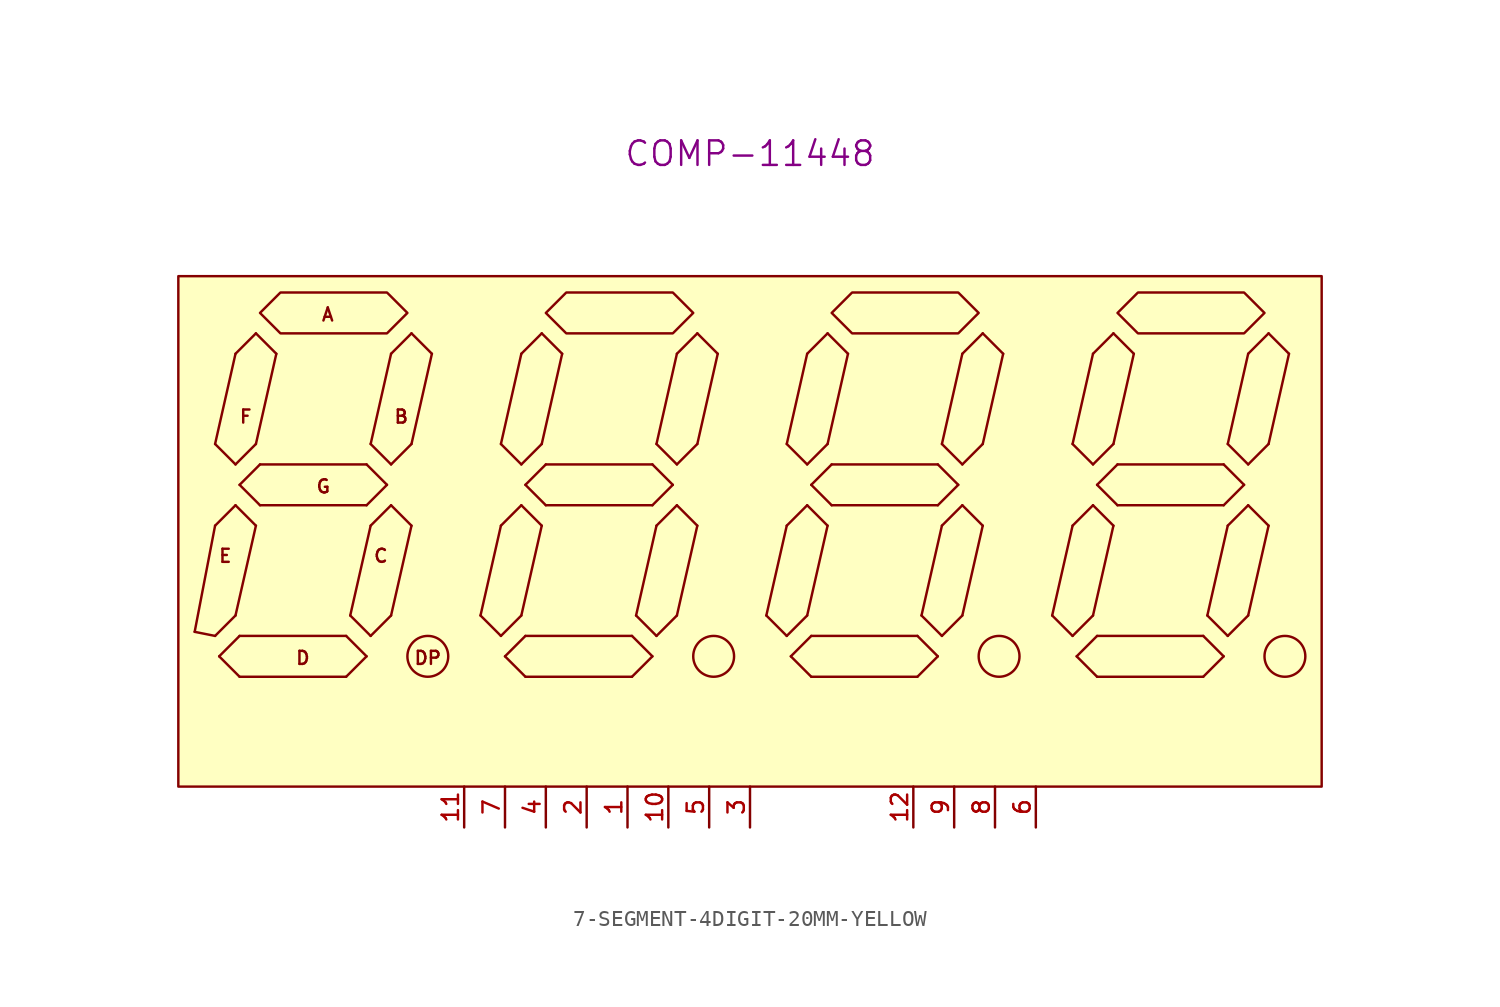
<source format=kicad_sym>
(kicad_symbol_lib
  (version 20220914)
  (generator kicad_symbol_editor)
  (symbol "7-SEGMENT-4DIGIT-20MM-YELLOW"
    (pin_names
      (offset 1.016) hide)
    (property "Reference" "DISP"
      (at 0 20.32 0)
      (effects (font (size 1.143 1.143)) hide))
    (property "Field4" "COMP-11448"
      (at 0 24.13 0)
      (effects (font (size 1.524 1.524))))
    (property "ki_locked" ""
      (at 0 0 0)
      (effects (font (size 1.27 1.27))))
    (symbol "7-SEGMENT-4DIGIT-20MM-YELLOW_1_0"
      (polyline (pts (xy -34.544 -5.613) (xy -33.274 -5.867)) (stroke (width 0) (type solid)) (fill (type none)))
      (polyline (pts (xy -33.274 -5.867) (xy -32.004 -4.597)) (stroke (width 0) (type solid)) (fill (type none)))
      (polyline (pts (xy -33.274 0.991) (xy -34.544 -5.613)) (stroke (width 0) (type solid)) (fill (type none)))
      (polyline (pts (xy -33.274 6.071) (xy -32.004 4.801)) (stroke (width 0) (type solid)) (fill (type none)))
      (polyline (pts (xy -33.02 -7.137) (xy -31.75 -8.407)) (stroke (width 0) (type solid)) (fill (type none)))
      (polyline (pts (xy -33.02 -7.137) (xy -31.75 -5.867)) (stroke (width 0) (type solid)) (fill (type none)))
      (polyline (pts (xy -32.004 -4.597) (xy -30.734 0.991)) (stroke (width 0) (type solid)) (fill (type none)))
      (polyline (pts (xy -32.004 2.261) (xy -33.274 0.991)) (stroke (width 0) (type solid)) (fill (type none)))
      (polyline (pts (xy -32.004 2.261) (xy -30.734 0.991)) (stroke (width 0) (type solid)) (fill (type none)))
      (polyline (pts (xy -32.004 4.801) (xy -30.734 6.071)) (stroke (width 0) (type solid)) (fill (type none)))
      (polyline (pts (xy -32.004 11.684) (xy -33.274 6.071)) (stroke (width 0) (type solid)) (fill (type none)))
      (polyline (pts (xy -31.75 -8.407) (xy -25.121 -8.407)) (stroke (width 0) (type solid)) (fill (type none)))
      (polyline (pts (xy -31.75 3.531) (xy -30.48 2.261)) (stroke (width 0) (type solid)) (fill (type none)))
      (polyline (pts (xy -31.75 3.531) (xy -30.48 4.801)) (stroke (width 0) (type solid)) (fill (type none)))
      (polyline (pts (xy -30.734 6.071) (xy -29.464 11.684)) (stroke (width 0) (type solid)) (fill (type none)))
      (polyline (pts (xy -30.734 12.954) (xy -32.004 11.684)) (stroke (width 0) (type solid)) (fill (type none)))
      (polyline (pts (xy -30.734 12.954) (xy -29.464 11.684)) (stroke (width 0) (type solid)) (fill (type none)))
      (polyline (pts (xy -30.48 2.261) (xy -23.851 2.261)) (stroke (width 0) (type solid)) (fill (type none)))
      (polyline (pts (xy -25.121 -8.407) (xy -23.851 -7.137)) (stroke (width 0) (type solid)) (fill (type none)))
      (polyline (pts (xy -25.121 -5.867) (xy -31.75 -5.867)) (stroke (width 0) (type solid)) (fill (type none)))
      (polyline (pts (xy -24.867 -4.597) (xy -23.597 -5.867)) (stroke (width 0) (type solid)) (fill (type none)))
      (polyline (pts (xy -23.851 -7.137) (xy -25.121 -5.867)) (stroke (width 0) (type solid)) (fill (type none)))
      (polyline (pts (xy -23.851 2.261) (xy -22.581 3.531)) (stroke (width 0) (type solid)) (fill (type none)))
      (polyline (pts (xy -23.851 4.801) (xy -30.48 4.801)) (stroke (width 0) (type solid)) (fill (type none)))
      (polyline (pts (xy -23.597 -5.867) (xy -22.327 -4.597)) (stroke (width 0) (type solid)) (fill (type none)))
      (polyline (pts (xy -23.597 0.991) (xy -24.867 -4.597)) (stroke (width 0) (type solid)) (fill (type none)))
      (polyline (pts (xy -23.597 6.071) (xy -22.327 4.801)) (stroke (width 0) (type solid)) (fill (type none)))
      (polyline (pts (xy -22.581 3.531) (xy -23.851 4.801)) (stroke (width 0) (type solid)) (fill (type none)))
      (polyline (pts (xy -22.327 -4.597) (xy -21.057 0.991)) (stroke (width 0) (type solid)) (fill (type none)))
      (polyline (pts (xy -22.327 2.261) (xy -23.597 0.991)) (stroke (width 0) (type solid)) (fill (type none)))
      (polyline (pts (xy -22.327 2.261) (xy -21.057 0.991)) (stroke (width 0) (type solid)) (fill (type none)))
      (polyline (pts (xy -22.327 4.801) (xy -21.057 6.071)) (stroke (width 0) (type solid)) (fill (type none)))
      (polyline (pts (xy -22.327 11.684) (xy -23.597 6.071)) (stroke (width 0) (type solid)) (fill (type none)))
      (polyline (pts (xy -21.057 6.071) (xy -19.787 11.684)) (stroke (width 0) (type solid)) (fill (type none)))
      (polyline (pts (xy -21.057 12.954) (xy -22.327 11.684)) (stroke (width 0) (type solid)) (fill (type none)))
      (polyline (pts (xy -21.057 12.954) (xy -19.787 11.684)) (stroke (width 0) (type solid)) (fill (type none)))
      (polyline (pts (xy -16.764 -4.597) (xy -15.494 -5.867)) (stroke (width 0) (type solid)) (fill (type none)))
      (polyline (pts (xy -15.494 -5.867) (xy -14.224 -4.597)) (stroke (width 0) (type solid)) (fill (type none)))
      (polyline (pts (xy -15.494 0.991) (xy -16.764 -4.597)) (stroke (width 0) (type solid)) (fill (type none)))
      (polyline (pts (xy -15.494 6.071) (xy -14.224 4.801)) (stroke (width 0) (type solid)) (fill (type none)))
      (polyline (pts (xy -15.24 -7.137) (xy -13.97 -8.407)) (stroke (width 0) (type solid)) (fill (type none)))
      (polyline (pts (xy -15.24 -7.137) (xy -13.97 -5.867)) (stroke (width 0) (type solid)) (fill (type none)))
      (polyline (pts (xy -14.224 -4.597) (xy -12.954 0.991)) (stroke (width 0) (type solid)) (fill (type none)))
      (polyline (pts (xy -14.224 2.261) (xy -15.494 0.991)) (stroke (width 0) (type solid)) (fill (type none)))
      (polyline (pts (xy -14.224 2.261) (xy -12.954 0.991)) (stroke (width 0) (type solid)) (fill (type none)))
      (polyline (pts (xy -14.224 4.801) (xy -12.954 6.071)) (stroke (width 0) (type solid)) (fill (type none)))
      (polyline (pts (xy -14.224 11.684) (xy -15.494 6.071)) (stroke (width 0) (type solid)) (fill (type none)))
      (polyline (pts (xy -13.97 -8.407) (xy -7.341 -8.407)) (stroke (width 0) (type solid)) (fill (type none)))
      (polyline (pts (xy -13.97 3.531) (xy -12.7 2.261)) (stroke (width 0) (type solid)) (fill (type none)))
      (polyline (pts (xy -13.97 3.531) (xy -12.7 4.801)) (stroke (width 0) (type solid)) (fill (type none)))
      (polyline (pts (xy -12.954 6.071) (xy -11.684 11.684)) (stroke (width 0) (type solid)) (fill (type none)))
      (polyline (pts (xy -12.954 12.954) (xy -14.224 11.684)) (stroke (width 0) (type solid)) (fill (type none)))
      (polyline (pts (xy -12.954 12.954) (xy -11.684 11.684)) (stroke (width 0) (type solid)) (fill (type none)))
      (polyline (pts (xy -12.7 2.261) (xy -6.071 2.261)) (stroke (width 0) (type solid)) (fill (type none)))
      (polyline (pts (xy -7.341 -8.407) (xy -6.071 -7.137)) (stroke (width 0) (type solid)) (fill (type none)))
      (polyline (pts (xy -7.341 -5.867) (xy -13.97 -5.867)) (stroke (width 0) (type solid)) (fill (type none)))
      (polyline (pts (xy -7.087 -4.597) (xy -5.817 -5.867)) (stroke (width 0) (type solid)) (fill (type none)))
      (polyline (pts (xy -6.071 -7.137) (xy -7.341 -5.867)) (stroke (width 0) (type solid)) (fill (type none)))
      (polyline (pts (xy -6.071 2.261) (xy -4.801 3.531)) (stroke (width 0) (type solid)) (fill (type none)))
      (polyline (pts (xy -6.071 4.801) (xy -12.7 4.801)) (stroke (width 0) (type solid)) (fill (type none)))
      (polyline (pts (xy -5.817 -5.867) (xy -4.547 -4.597)) (stroke (width 0) (type solid)) (fill (type none)))
      (polyline (pts (xy -5.817 0.991) (xy -7.087 -4.597)) (stroke (width 0) (type solid)) (fill (type none)))
      (polyline (pts (xy -5.817 6.071) (xy -4.547 4.801)) (stroke (width 0) (type solid)) (fill (type none)))
      (polyline (pts (xy -4.801 3.531) (xy -6.071 4.801)) (stroke (width 0) (type solid)) (fill (type none)))
      (polyline (pts (xy -4.547 -4.597) (xy -3.277 0.991)) (stroke (width 0) (type solid)) (fill (type none)))
      (polyline (pts (xy -4.547 2.261) (xy -5.817 0.991)) (stroke (width 0) (type solid)) (fill (type none)))
      (polyline (pts (xy -4.547 2.261) (xy -3.277 0.991)) (stroke (width 0) (type solid)) (fill (type none)))
      (polyline (pts (xy -4.547 4.801) (xy -3.277 6.071)) (stroke (width 0) (type solid)) (fill (type none)))
      (polyline (pts (xy -4.547 11.684) (xy -5.817 6.071)) (stroke (width 0) (type solid)) (fill (type none)))
      (polyline (pts (xy -3.277 6.071) (xy -2.007 11.684)) (stroke (width 0) (type solid)) (fill (type none)))
      (polyline (pts (xy -3.277 12.954) (xy -4.547 11.684)) (stroke (width 0) (type solid)) (fill (type none)))
      (polyline (pts (xy -3.277 12.954) (xy -2.007 11.684)) (stroke (width 0) (type solid)) (fill (type none)))
      (polyline (pts (xy 1.016 -4.597) (xy 2.286 -5.867)) (stroke (width 0) (type solid)) (fill (type none)))
      (polyline (pts (xy 2.286 -5.867) (xy 3.556 -4.597)) (stroke (width 0) (type solid)) (fill (type none)))
      (polyline (pts (xy 2.286 0.991) (xy 1.016 -4.597)) (stroke (width 0) (type solid)) (fill (type none)))
      (polyline (pts (xy 2.286 6.071) (xy 3.556 4.801)) (stroke (width 0) (type solid)) (fill (type none)))
      (polyline (pts (xy 2.54 -7.137) (xy 3.81 -8.407)) (stroke (width 0) (type solid)) (fill (type none)))
      (polyline (pts (xy 2.54 -7.137) (xy 3.81 -5.867)) (stroke (width 0) (type solid)) (fill (type none)))
      (polyline (pts (xy 3.556 -4.597) (xy 4.826 0.991)) (stroke (width 0) (type solid)) (fill (type none)))
      (polyline (pts (xy 3.556 2.261) (xy 2.286 0.991)) (stroke (width 0) (type solid)) (fill (type none)))
      (polyline (pts (xy 3.556 2.261) (xy 4.826 0.991)) (stroke (width 0) (type solid)) (fill (type none)))
      (polyline (pts (xy 3.556 4.801) (xy 4.826 6.071)) (stroke (width 0) (type solid)) (fill (type none)))
      (polyline (pts (xy 3.556 11.684) (xy 2.286 6.071)) (stroke (width 0) (type solid)) (fill (type none)))
      (polyline (pts (xy 3.81 -8.407) (xy 10.414 -8.407)) (stroke (width 0) (type solid)) (fill (type none)))
      (polyline (pts (xy 3.81 3.531) (xy 5.08 2.261)) (stroke (width 0) (type solid)) (fill (type none)))
      (polyline (pts (xy 3.81 3.531) (xy 5.08 4.801)) (stroke (width 0) (type solid)) (fill (type none)))
      (polyline (pts (xy 4.826 6.071) (xy 6.096 11.684)) (stroke (width 0) (type solid)) (fill (type none)))
      (polyline (pts (xy 4.826 12.954) (xy 3.556 11.684)) (stroke (width 0) (type solid)) (fill (type none)))
      (polyline (pts (xy 4.826 12.954) (xy 6.096 11.684)) (stroke (width 0) (type solid)) (fill (type none)))
      (polyline (pts (xy 5.08 2.261) (xy 11.684 2.261)) (stroke (width 0) (type solid)) (fill (type none)))
      (polyline (pts (xy 10.414 -8.407) (xy 11.684 -7.137)) (stroke (width 0) (type solid)) (fill (type none)))
      (polyline (pts (xy 10.414 -5.867) (xy 3.81 -5.867)) (stroke (width 0) (type solid)) (fill (type none)))
      (polyline (pts (xy 10.668 -4.597) (xy 11.938 -5.867)) (stroke (width 0) (type solid)) (fill (type none)))
      (polyline (pts (xy 11.684 -7.137) (xy 10.414 -5.867)) (stroke (width 0) (type solid)) (fill (type none)))
      (polyline (pts (xy 11.684 2.261) (xy 12.954 3.531)) (stroke (width 0) (type solid)) (fill (type none)))
      (polyline (pts (xy 11.684 4.801) (xy 5.08 4.801)) (stroke (width 0) (type solid)) (fill (type none)))
      (polyline (pts (xy 11.938 -5.867) (xy 13.208 -4.597)) (stroke (width 0) (type solid)) (fill (type none)))
      (polyline (pts (xy 11.938 0.991) (xy 10.668 -4.597)) (stroke (width 0) (type solid)) (fill (type none)))
      (polyline (pts (xy 11.938 6.071) (xy 13.208 4.801)) (stroke (width 0) (type solid)) (fill (type none)))
      (polyline (pts (xy 12.954 3.531) (xy 11.684 4.801)) (stroke (width 0) (type solid)) (fill (type none)))
      (polyline (pts (xy 13.208 -4.597) (xy 14.478 0.991)) (stroke (width 0) (type solid)) (fill (type none)))
      (polyline (pts (xy 13.208 2.261) (xy 11.938 0.991)) (stroke (width 0) (type solid)) (fill (type none)))
      (polyline (pts (xy 13.208 2.261) (xy 14.478 0.991)) (stroke (width 0) (type solid)) (fill (type none)))
      (polyline (pts (xy 13.208 4.801) (xy 14.478 6.071)) (stroke (width 0) (type solid)) (fill (type none)))
      (polyline (pts (xy 13.208 11.684) (xy 11.938 6.071)) (stroke (width 0) (type solid)) (fill (type none)))
      (polyline (pts (xy 14.478 6.071) (xy 15.748 11.684)) (stroke (width 0) (type solid)) (fill (type none)))
      (polyline (pts (xy 14.478 12.954) (xy 13.208 11.684)) (stroke (width 0) (type solid)) (fill (type none)))
      (polyline (pts (xy 14.478 12.954) (xy 15.748 11.684)) (stroke (width 0) (type solid)) (fill (type none)))
      (polyline (pts (xy 18.796 -4.597) (xy 20.066 -5.867)) (stroke (width 0) (type solid)) (fill (type none)))
      (polyline (pts (xy 20.066 -5.867) (xy 21.336 -4.597)) (stroke (width 0) (type solid)) (fill (type none)))
      (polyline (pts (xy 20.066 0.991) (xy 18.796 -4.597)) (stroke (width 0) (type solid)) (fill (type none)))
      (polyline (pts (xy 20.066 6.071) (xy 21.336 4.801)) (stroke (width 0) (type solid)) (fill (type none)))
      (polyline (pts (xy 20.32 -7.137) (xy 21.59 -8.407)) (stroke (width 0) (type solid)) (fill (type none)))
      (polyline (pts (xy 20.32 -7.137) (xy 21.59 -5.867)) (stroke (width 0) (type solid)) (fill (type none)))
      (polyline (pts (xy 21.336 -4.597) (xy 22.606 0.991)) (stroke (width 0) (type solid)) (fill (type none)))
      (polyline (pts (xy 21.336 2.261) (xy 20.066 0.991)) (stroke (width 0) (type solid)) (fill (type none)))
      (polyline (pts (xy 21.336 2.261) (xy 22.606 0.991)) (stroke (width 0) (type solid)) (fill (type none)))
      (polyline (pts (xy 21.336 4.801) (xy 22.606 6.071)) (stroke (width 0) (type solid)) (fill (type none)))
      (polyline (pts (xy 21.336 11.684) (xy 20.066 6.071)) (stroke (width 0) (type solid)) (fill (type none)))
      (polyline (pts (xy 21.59 -8.407) (xy 28.194 -8.407)) (stroke (width 0) (type solid)) (fill (type none)))
      (polyline (pts (xy 21.59 3.531) (xy 22.86 2.261)) (stroke (width 0) (type solid)) (fill (type none)))
      (polyline (pts (xy 21.59 3.531) (xy 22.86 4.801)) (stroke (width 0) (type solid)) (fill (type none)))
      (polyline (pts (xy 22.606 6.071) (xy 23.876 11.684)) (stroke (width 0) (type solid)) (fill (type none)))
      (polyline (pts (xy 22.606 12.954) (xy 21.336 11.684)) (stroke (width 0) (type solid)) (fill (type none)))
      (polyline (pts (xy 22.606 12.954) (xy 23.876 11.684)) (stroke (width 0) (type solid)) (fill (type none)))
      (polyline (pts (xy 22.86 2.261) (xy 29.464 2.261)) (stroke (width 0) (type solid)) (fill (type none)))
      (polyline (pts (xy 28.194 -8.407) (xy 29.464 -7.137)) (stroke (width 0) (type solid)) (fill (type none)))
      (polyline (pts (xy 28.194 -5.867) (xy 21.59 -5.867)) (stroke (width 0) (type solid)) (fill (type none)))
      (polyline (pts (xy 28.448 -4.597) (xy 29.718 -5.867)) (stroke (width 0) (type solid)) (fill (type none)))
      (polyline (pts (xy 29.464 -7.137) (xy 28.194 -5.867)) (stroke (width 0) (type solid)) (fill (type none)))
      (polyline (pts (xy 29.464 2.261) (xy 30.734 3.531)) (stroke (width 0) (type solid)) (fill (type none)))
      (polyline (pts (xy 29.464 4.801) (xy 22.86 4.801)) (stroke (width 0) (type solid)) (fill (type none)))
      (polyline (pts (xy 29.718 -5.867) (xy 30.988 -4.597)) (stroke (width 0) (type solid)) (fill (type none)))
      (polyline (pts (xy 29.718 0.991) (xy 28.448 -4.597)) (stroke (width 0) (type solid)) (fill (type none)))
      (polyline (pts (xy 29.718 6.071) (xy 30.988 4.801)) (stroke (width 0) (type solid)) (fill (type none)))
      (polyline (pts (xy 30.734 3.531) (xy 29.464 4.801)) (stroke (width 0) (type solid)) (fill (type none)))
      (polyline (pts (xy 30.988 -4.597) (xy 32.258 0.991)) (stroke (width 0) (type solid)) (fill (type none)))
      (polyline (pts (xy 30.988 2.261) (xy 29.718 0.991)) (stroke (width 0) (type solid)) (fill (type none)))
      (polyline (pts (xy 30.988 2.261) (xy 32.258 0.991)) (stroke (width 0) (type solid)) (fill (type none)))
      (polyline (pts (xy 30.988 4.801) (xy 32.258 6.071)) (stroke (width 0) (type solid)) (fill (type none)))
      (polyline (pts (xy 30.988 11.684) (xy 29.718 6.071)) (stroke (width 0) (type solid)) (fill (type none)))
      (polyline (pts (xy 32.258 6.071) (xy 33.528 11.684)) (stroke (width 0) (type solid)) (fill (type none)))
      (polyline (pts (xy 32.258 12.954) (xy 30.988 11.684)) (stroke (width 0) (type solid)) (fill (type none)))
      (polyline (pts (xy 32.258 12.954) (xy 33.528 11.684)) (stroke (width 0) (type solid)) (fill (type none)))
      (text "A" (at -26.264 14.122 0) (effects (font (size 0.813 0.813))))
      (text "B" (at -21.692 7.772 0) (effects (font (size 0.813 0.813))))
      (text "C" (at -22.962 -0.889 0) (effects (font (size 0.813 0.813))))
      (text "D" (at -27.813 -7.239 0) (effects (font (size 0.813 0.813))))
      (text "DP" (at -20.041 -7.239 0) (effects (font (size 0.813 0.813))))
      (text "E" (at -32.639 -0.889 0) (effects (font (size 0.813 0.813))))
      (text "F" (at -31.369 7.772 0) (effects (font (size 0.813 0.813))))
      (text "G" (at -26.543 3.429 0) (effects (font (size 0.813 0.813)))))
    (symbol "7-SEGMENT-4DIGIT-20MM-YELLOW_1_1"
      (circle (center -20.041 -7.137) (radius 1.27) (stroke (width 0) (type solid)) (fill (type none)))
      (circle (center -2.261 -7.137) (radius 1.27) (stroke (width 0) (type solid)) (fill (type none)))
      (polyline (pts (xy -35.56 16.51) (xy 35.56 16.51) (xy 35.56 -15.24) (xy -35.56 -15.24) (xy -35.56 16.51)) (stroke (width 0) (type solid)) (fill (type background)))
      (polyline (pts (xy -22.581 15.494) (xy -21.311 14.224) (xy -22.581 12.954) (xy -29.21 12.954) (xy -30.48 14.224) (xy -29.21 15.494) (xy -22.581 15.494)) (stroke (width 0) (type solid)) (fill (type background)))
      (polyline (pts (xy -4.801 15.494) (xy -3.531 14.224) (xy -4.801 12.954) (xy -11.43 12.954) (xy -12.7 14.224) (xy -11.43 15.494) (xy -4.801 15.494)) (stroke (width 0) (type solid)) (fill (type background)))
      (polyline (pts (xy 12.954 15.494) (xy 14.224 14.224) (xy 12.954 12.954) (xy 6.35 12.954) (xy 5.08 14.224) (xy 6.35 15.494) (xy 12.954 15.494)) (stroke (width 0) (type solid)) (fill (type background)))
      (polyline (pts (xy 30.734 15.494) (xy 32.004 14.224) (xy 30.734 12.954) (xy 24.13 12.954) (xy 22.86 14.224) (xy 24.13 15.494) (xy 30.734 15.494)) (stroke (width 0) (type solid)) (fill (type background)))
      (circle (center 15.494 -7.137) (radius 1.27) (stroke (width 0) (type solid)) (fill (type none)))
      (circle (center 33.274 -7.137) (radius 1.27) (stroke (width 0) (type solid)) (fill (type none)))
      (pin bidirectional line (at -7.62 -17.78 90) (length 2.54) (name "E" (effects (font (size 1.016 1.016)))) (number "1" (effects (font (size 1.016 1.016)))))
      (pin bidirectional line (at -5.08 -17.78 90) (length 2.54) (name "F" (effects (font (size 1.016 1.016)))) (number "10" (effects (font (size 1.016 1.016)))))
      (pin bidirectional line (at -17.78 -17.78 90) (length 2.54) (name "A" (effects (font (size 1.016 1.016)))) (number "11" (effects (font (size 1.016 1.016)))))
      (pin bidirectional line (at 10.16 -17.78 90) (length 2.54) (name "D1" (effects (font (size 1.016 1.016)))) (number "12" (effects (font (size 1.016 1.016)))))
      (pin bidirectional line (at -10.16 -17.78 90) (length 2.54) (name "D" (effects (font (size 1.016 1.016)))) (number "2" (effects (font (size 1.016 1.016)))))
      (pin bidirectional line (at 0 -17.78 90) (length 2.54) (name "DP" (effects (font (size 1.016 1.016)))) (number "3" (effects (font (size 1.016 1.016)))))
      (pin bidirectional line (at -12.7 -17.78 90) (length 2.54) (name "C" (effects (font (size 1.016 1.016)))) (number "4" (effects (font (size 1.016 1.016)))))
      (pin bidirectional line (at -2.54 -17.78 90) (length 2.54) (name "G" (effects (font (size 1.016 1.016)))) (number "5" (effects (font (size 1.016 1.016)))))
      (pin bidirectional line (at 17.78 -17.78 90) (length 2.54) (name "D4" (effects (font (size 1.016 1.016)))) (number "6" (effects (font (size 1.016 1.016)))))
      (pin bidirectional line (at -15.24 -17.78 90) (length 2.54) (name "B" (effects (font (size 1.016 1.016)))) (number "7" (effects (font (size 1.016 1.016)))))
      (pin bidirectional line (at 15.24 -17.78 90) (length 2.54) (name "D3" (effects (font (size 1.016 1.016)))) (number "8" (effects (font (size 1.016 1.016)))))
      (pin bidirectional line (at 12.7 -17.78 90) (length 2.54) (name "D2" (effects (font (size 1.016 1.016)))) (number "9" (effects (font (size 1.016 1.016))))))))
</source>
